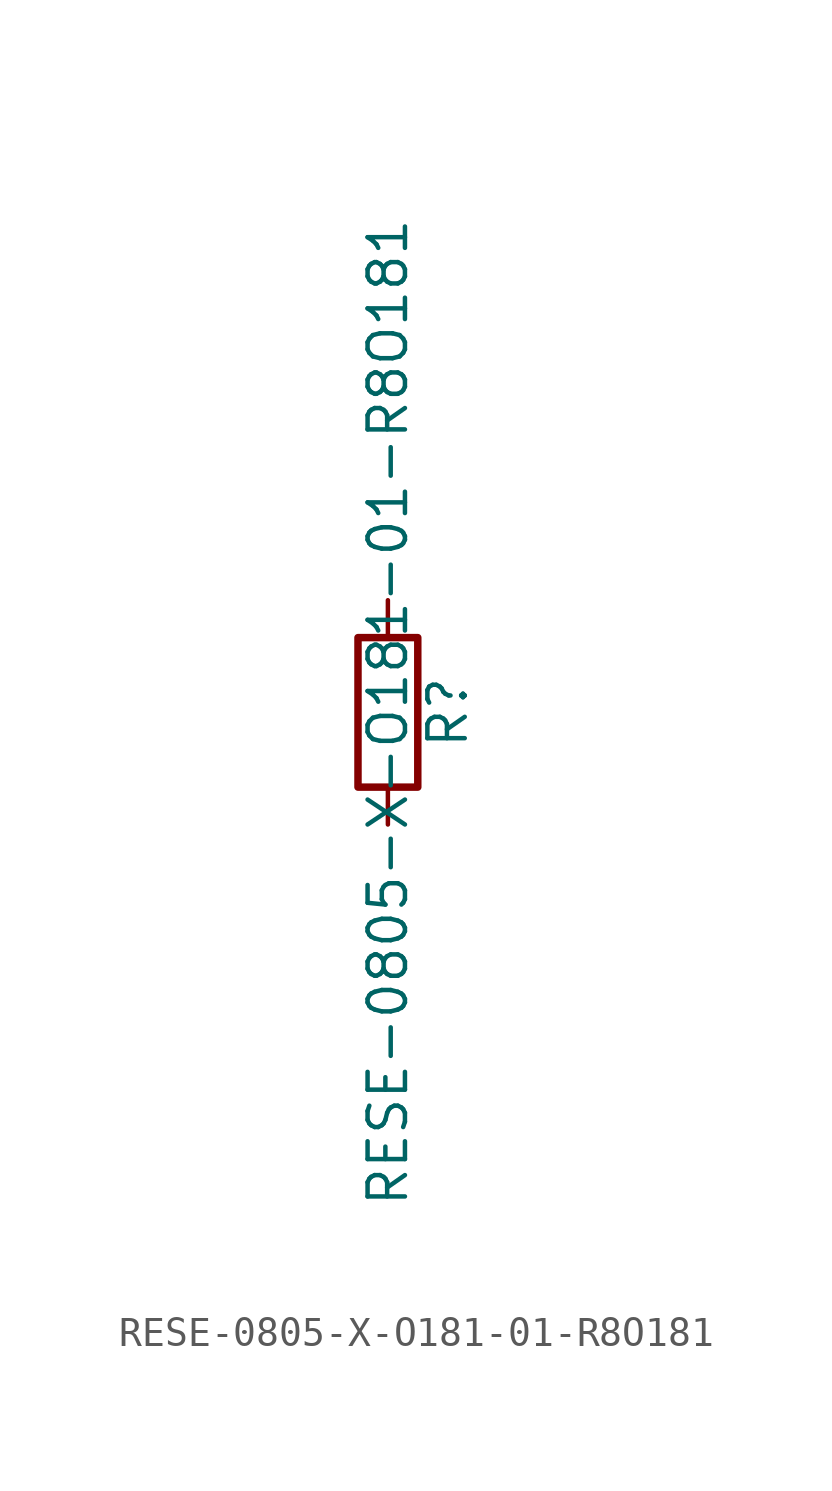
<source format=kicad_sym>
(kicad_symbol_lib
  (version 20211014)
  (generator kicad_symbol_editor)
  (symbol "RESE-0805-X-O181-01-R8O181"
    (pin_numbers hide)
    (pin_names
      (offset 0))
    (property "Reference" "R"
      (at 2.032 0 90)
      (effects (font (size 1.27 1.27))))
    (property "Value" "RESE-0805-X-O181-01-R8O181"
      (at 0 0 90)
      (effects (font (size 1.27 1.27))))
    (symbol "RESE-0805-X-O181-01-R8O181_0_1"
      (rectangle (start -1.016 -2.54) (end 1.016 2.54) (stroke (width 0.254) (type default) (color 0 0 0 0)) (fill (type none))))
    (symbol "RESE-0805-X-O181-01-R8O181_1_1"
      (pin passive line (at 0 3.81 270) (length 1.27) (name "~" (effects (font (size 1.27 1.27)))) (number "1" (effects (font (size 1.27 1.27)))))
      (pin passive line (at 0 -3.81 90) (length 1.27) (name "~" (effects (font (size 1.27 1.27)))) (number "2" (effects (font (size 1.27 1.27))))))))
</source>
